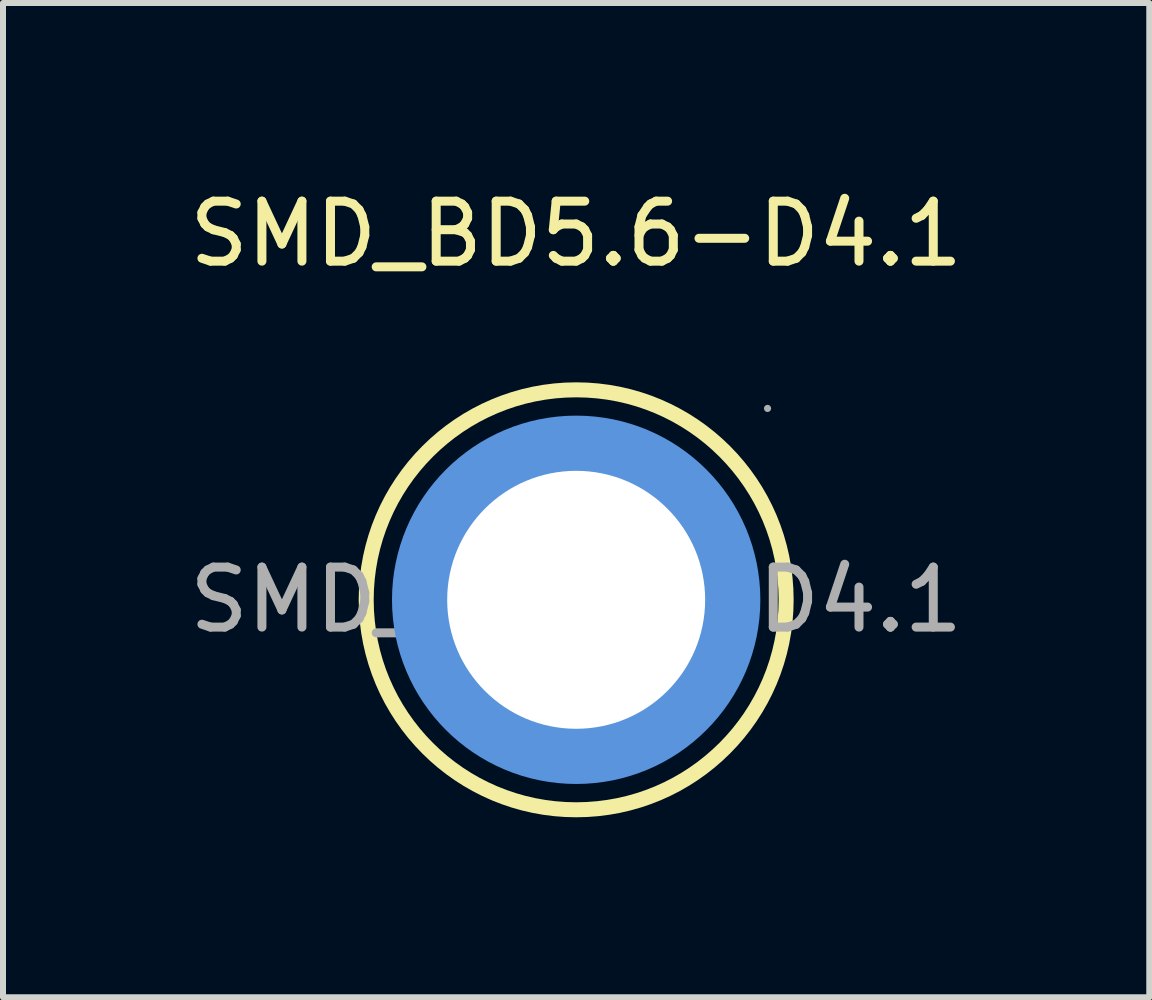
<source format=kicad_pcb>
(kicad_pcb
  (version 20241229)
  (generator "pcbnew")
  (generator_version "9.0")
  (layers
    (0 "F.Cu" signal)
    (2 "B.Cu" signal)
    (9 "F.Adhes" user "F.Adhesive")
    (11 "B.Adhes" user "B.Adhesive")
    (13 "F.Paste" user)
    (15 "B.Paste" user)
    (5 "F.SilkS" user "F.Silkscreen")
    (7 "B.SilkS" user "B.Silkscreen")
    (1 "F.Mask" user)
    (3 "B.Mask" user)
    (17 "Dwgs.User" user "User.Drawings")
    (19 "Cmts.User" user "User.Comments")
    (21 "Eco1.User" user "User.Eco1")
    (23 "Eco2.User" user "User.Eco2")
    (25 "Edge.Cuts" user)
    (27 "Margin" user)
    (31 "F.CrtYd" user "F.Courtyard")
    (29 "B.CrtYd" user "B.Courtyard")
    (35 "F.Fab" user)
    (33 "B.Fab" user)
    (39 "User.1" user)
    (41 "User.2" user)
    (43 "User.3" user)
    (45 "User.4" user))
  (footprint "SMD_BD5.6-D4.1"
    (layer "F.Cu")
    (at 6.554 6.948)
    (property "Reference" "SMD_BD5.6-D4.1" (at 0 -6.1 0) (layer "F.SilkS") (effects (font (size 1 1) (thickness 0.15))))
    (attr smd)
    (fp_circle (center 0 0) (end 3.5 0) (stroke (width 0.25) (type solid)) (fill no) (layer "F.SilkS"))
    (fp_circle (center 0 0) (end 1.02 0) (stroke (width 2.05) (type solid)) (fill no) (layer "Cmts.User"))
    (fp_circle (center 3.19 -3.19) (end 3.22 -3.19) (stroke (width 0.06) (type solid)) (fill no) (layer "F.Fab"))
    (fp_text user "${REFERENCE}" (at 0 0 0) (layer "F.Fab") (effects (font (size 1 1) (thickness 0.15))))
    (pad "" thru_hole circle (at 0 0) (size 4.3 4.3) (drill 4.3) (layers "*.Cu" "*.Mask"))
    (pad "1" smd custom (at -2.1 -1.65) (size 0.01 0.01) (layers "F.Cu" "F.Mask" "F.Paste") (options (anchor circle)) (primitives))
    (pad "2" smd custom (at 1.65 -2.1) (size 0.01 0.01) (layers "F.Cu" "F.Mask" "F.Paste") (options (anchor circle)) (primitives))
    (pad "3" smd custom (at 2.1 1.65) (size 0.01 0.01) (layers "F.Cu" "F.Mask" "F.Paste") (options (anchor circle)) (primitives))
    (pad "4" smd custom (at -1.65 2.1) (size 0.01 0.01) (layers "F.Cu" "F.Mask" "F.Paste") (options (anchor circle)) (primitives)))
  (gr_rect
    (start -3 -3)
    (end 16.107 13.573)
    (stroke (width 0.1) (type default))
    (fill no)
    (layer "Edge.Cuts")))
</source>
